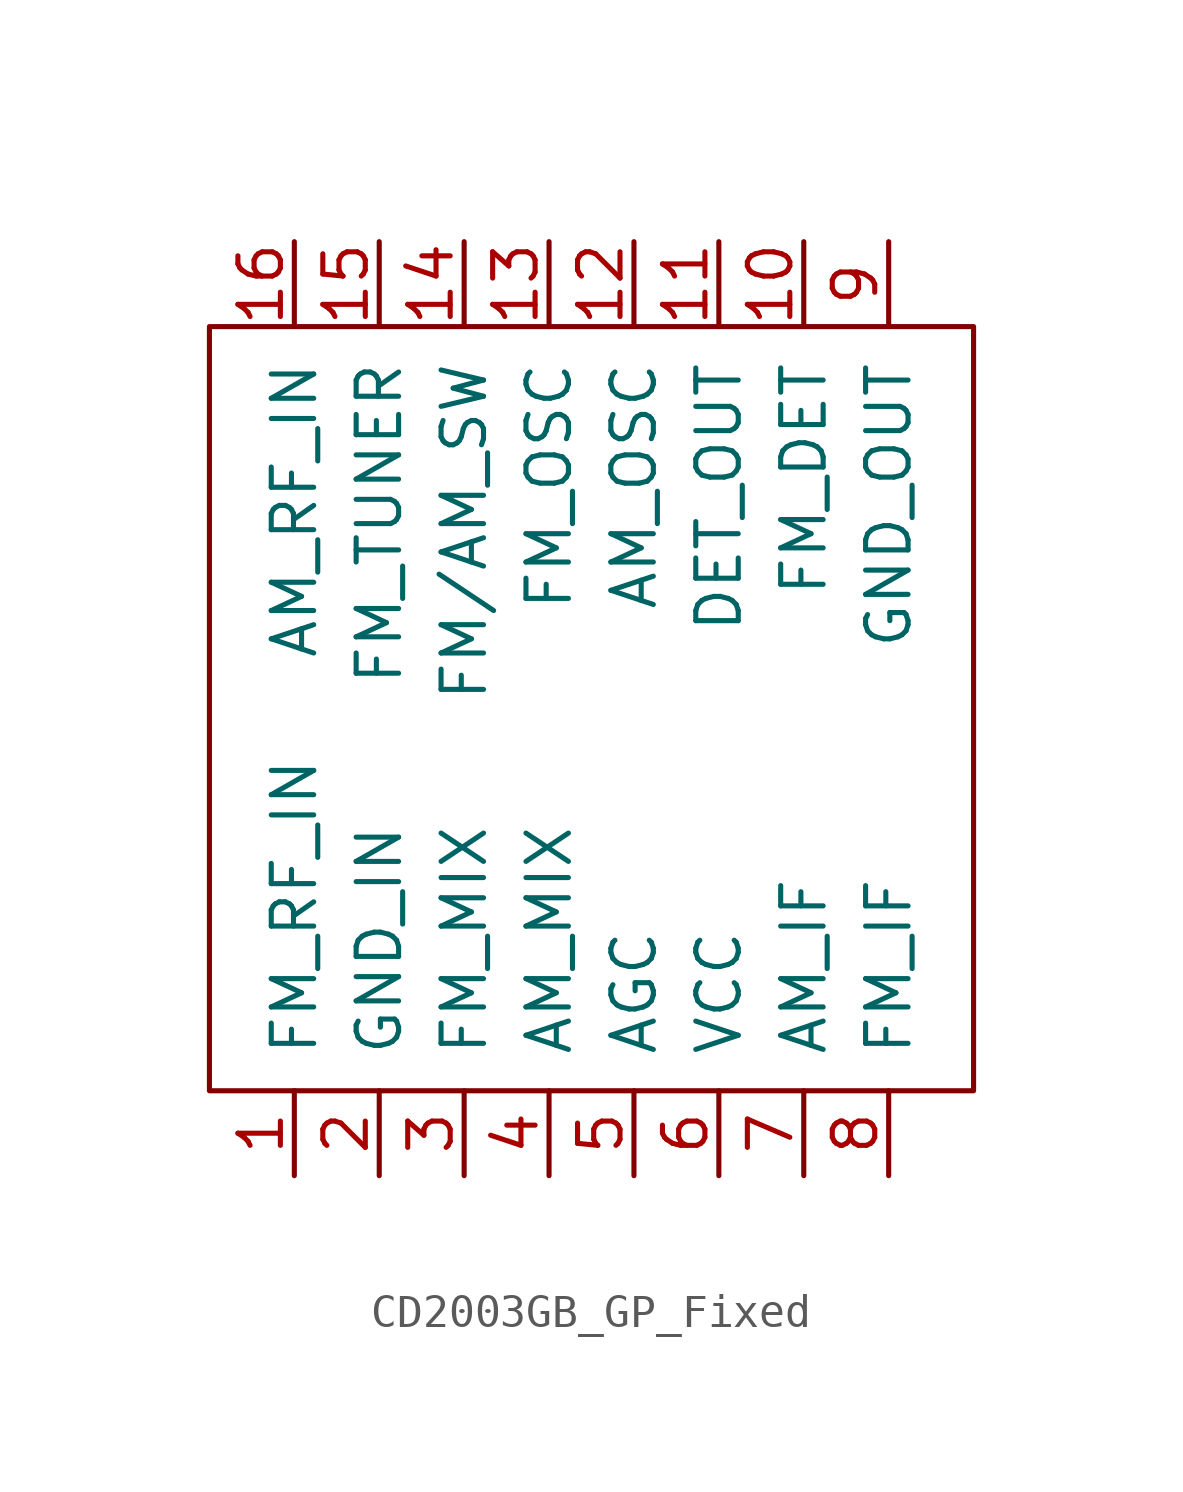
<source format=kicad_sym>
(kicad_symbol_lib
  (version 20220914)
  (generator kicad_symbol_editor)
  (symbol "CD2003GB_GP_Fixed"
    (pin_names
      (offset 1.016))
    (property "Reference" "U1"
      (at -7.62 -13.97 90)
      (effects (font (size 1.27 1.27)) hide))
    (symbol "CD2003GB_GP_Fixed_0_1"
      (rectangle (start -11.43 17.78) (end 11.43 -5.08) (stroke (width 0) (type solid)) (fill (type none))))
    (symbol "CD2003GB_GP_Fixed_1_1"
      (pin input line (at -8.89 -7.62 90) (length 2.54) (name "FM_RF_IN" (effects (font (size 1.27 1.27)))) (number "1" (effects (font (size 1.27 1.27)))))
      (pin input line (at 6.35 20.32 270) (length 2.54) (name "FM_DET" (effects (font (size 1.27 1.27)))) (number "10" (effects (font (size 1.27 1.27)))))
      (pin input line (at 3.81 20.32 270) (length 2.54) (name "DET_OUT" (effects (font (size 1.27 1.27)))) (number "11" (effects (font (size 1.27 1.27)))))
      (pin input line (at 1.27 20.32 270) (length 2.54) (name "AM_OSC" (effects (font (size 1.27 1.27)))) (number "12" (effects (font (size 1.27 1.27)))))
      (pin input line (at -1.27 20.32 270) (length 2.54) (name "FM_OSC" (effects (font (size 1.27 1.27)))) (number "13" (effects (font (size 1.27 1.27)))))
      (pin input line (at -3.81 20.32 270) (length 2.54) (name "FM/AM_SW" (effects (font (size 1.27 1.27)))) (number "14" (effects (font (size 1.27 1.27)))))
      (pin input line (at -6.35 20.32 270) (length 2.54) (name "FM_TUNER" (effects (font (size 1.27 1.27)))) (number "15" (effects (font (size 1.27 1.27)))))
      (pin input line (at -8.89 20.32 270) (length 2.54) (name "AM_RF_IN" (effects (font (size 1.27 1.27)))) (number "16" (effects (font (size 1.27 1.27)))))
      (pin input line (at -6.35 -7.62 90) (length 2.54) (name "GND_IN" (effects (font (size 1.27 1.27)))) (number "2" (effects (font (size 1.27 1.27)))))
      (pin input line (at -3.81 -7.62 90) (length 2.54) (name "FM_MIX" (effects (font (size 1.27 1.27)))) (number "3" (effects (font (size 1.27 1.27)))))
      (pin input line (at -1.27 -7.62 90) (length 2.54) (name "AM_MIX" (effects (font (size 1.27 1.27)))) (number "4" (effects (font (size 1.27 1.27)))))
      (pin passive line (at 1.27 -7.62 90) (length 2.54) (name "AGC" (effects (font (size 1.27 1.27)))) (number "5" (effects (font (size 1.27 1.27)))))
      (pin input line (at 3.81 -7.62 90) (length 2.54) (name "VCC" (effects (font (size 1.27 1.27)))) (number "6" (effects (font (size 1.27 1.27)))))
      (pin input line (at 6.35 -7.62 90) (length 2.54) (name "AM_IF" (effects (font (size 1.27 1.27)))) (number "7" (effects (font (size 1.27 1.27)))))
      (pin input line (at 8.89 -7.62 90) (length 2.54) (name "FM_IF" (effects (font (size 1.27 1.27)))) (number "8" (effects (font (size 1.27 1.27)))))
      (pin input line (at 8.89 20.32 270) (length 2.54) (name "GND_OUT" (effects (font (size 1.27 1.27)))) (number "9" (effects (font (size 1.27 1.27))))))))
</source>
